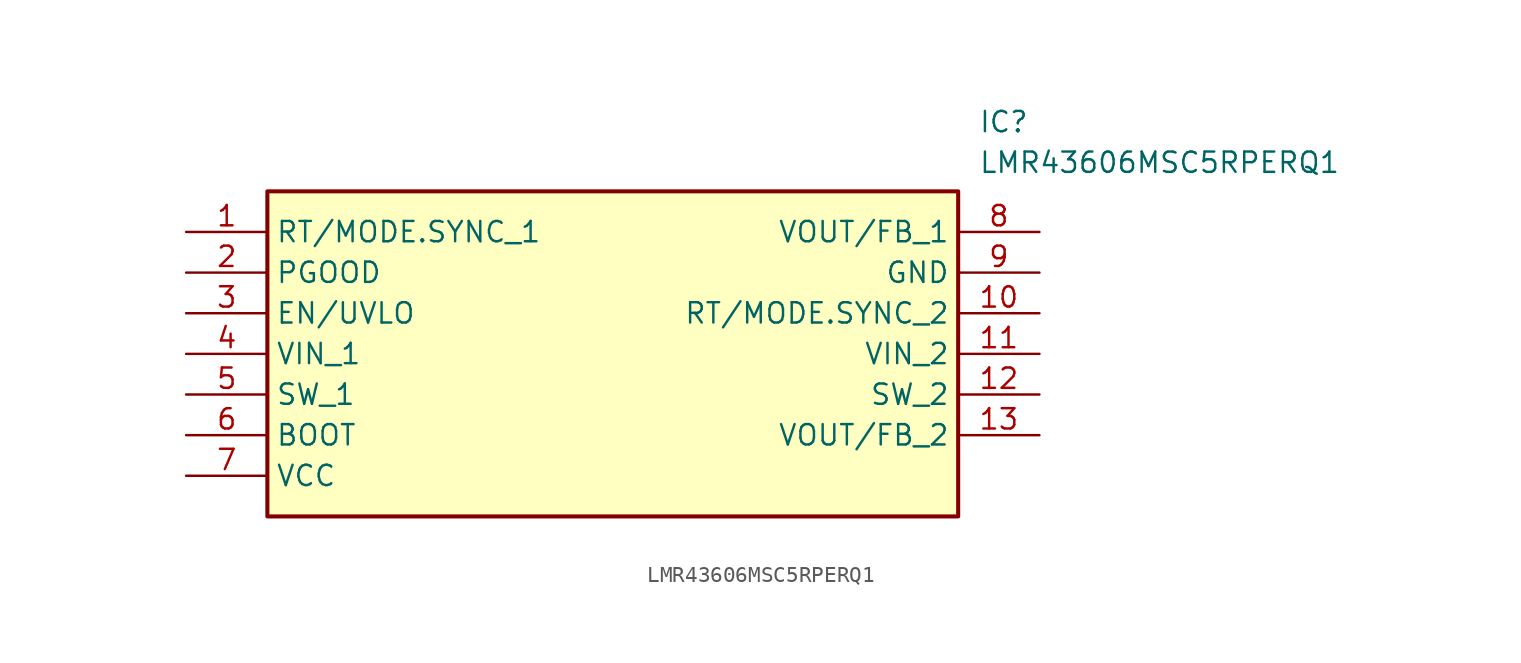
<source format=kicad_sym>
(kicad_symbol_lib
  (version 20211014)
  (generator SamacSys_ECAD_Model)
  (symbol "LMR43606MSC5RPERQ1"
    (property "Reference" "IC"
      (at 49.53 7.62 0)
      (effects (font (size 1.27 1.27)) (justify left top)))
    (property "Value" "LMR43606MSC5RPERQ1"
      (at 49.53 5.08 0)
      (effects (font (size 1.27 1.27)) (justify left top)))
    (rectangle
      (start 5.08 2.54)
      (end 48.26 -17.78)
      (stroke (width 0.254) (type default))
      (fill (type background)))
    (pin passive line
      (at 0 0 0)
      (length 5.08)
      (name "RT/MODE.SYNC_1" (effects (font (size 1.27 1.27))))
      (number "1" (effects (font (size 1.27 1.27)))))
    (pin passive line
      (at 0 -2.54 0)
      (length 5.08)
      (name "PGOOD" (effects (font (size 1.27 1.27))))
      (number "2" (effects (font (size 1.27 1.27)))))
    (pin passive line
      (at 0 -5.08 0)
      (length 5.08)
      (name "EN/UVLO" (effects (font (size 1.27 1.27))))
      (number "3" (effects (font (size 1.27 1.27)))))
    (pin passive line
      (at 0 -7.62 0)
      (length 5.08)
      (name "VIN_1" (effects (font (size 1.27 1.27))))
      (number "4" (effects (font (size 1.27 1.27)))))
    (pin passive line
      (at 0 -10.16 0)
      (length 5.08)
      (name "SW_1" (effects (font (size 1.27 1.27))))
      (number "5" (effects (font (size 1.27 1.27)))))
    (pin passive line
      (at 0 -12.7 0)
      (length 5.08)
      (name "BOOT" (effects (font (size 1.27 1.27))))
      (number "6" (effects (font (size 1.27 1.27)))))
    (pin passive line
      (at 0 -15.24 0)
      (length 5.08)
      (name "VCC" (effects (font (size 1.27 1.27))))
      (number "7" (effects (font (size 1.27 1.27)))))
    (pin passive line
      (at 53.34 0 180)
      (length 5.08)
      (name "VOUT/FB_1" (effects (font (size 1.27 1.27))))
      (number "8" (effects (font (size 1.27 1.27)))))
    (pin passive line
      (at 53.34 -2.54 180)
      (length 5.08)
      (name "GND" (effects (font (size 1.27 1.27))))
      (number "9" (effects (font (size 1.27 1.27)))))
    (pin passive line
      (at 53.34 -5.08 180)
      (length 5.08)
      (name "RT/MODE.SYNC_2" (effects (font (size 1.27 1.27))))
      (number "10" (effects (font (size 1.27 1.27)))))
    (pin passive line
      (at 53.34 -7.62 180)
      (length 5.08)
      (name "VIN_2" (effects (font (size 1.27 1.27))))
      (number "11" (effects (font (size 1.27 1.27)))))
    (pin passive line
      (at 53.34 -10.16 180)
      (length 5.08)
      (name "SW_2" (effects (font (size 1.27 1.27))))
      (number "12" (effects (font (size 1.27 1.27)))))
    (pin passive line
      (at 53.34 -12.7 180)
      (length 5.08)
      (name "VOUT/FB_2" (effects (font (size 1.27 1.27))))
      (number "13" (effects (font (size 1.27 1.27)))))))
</source>
